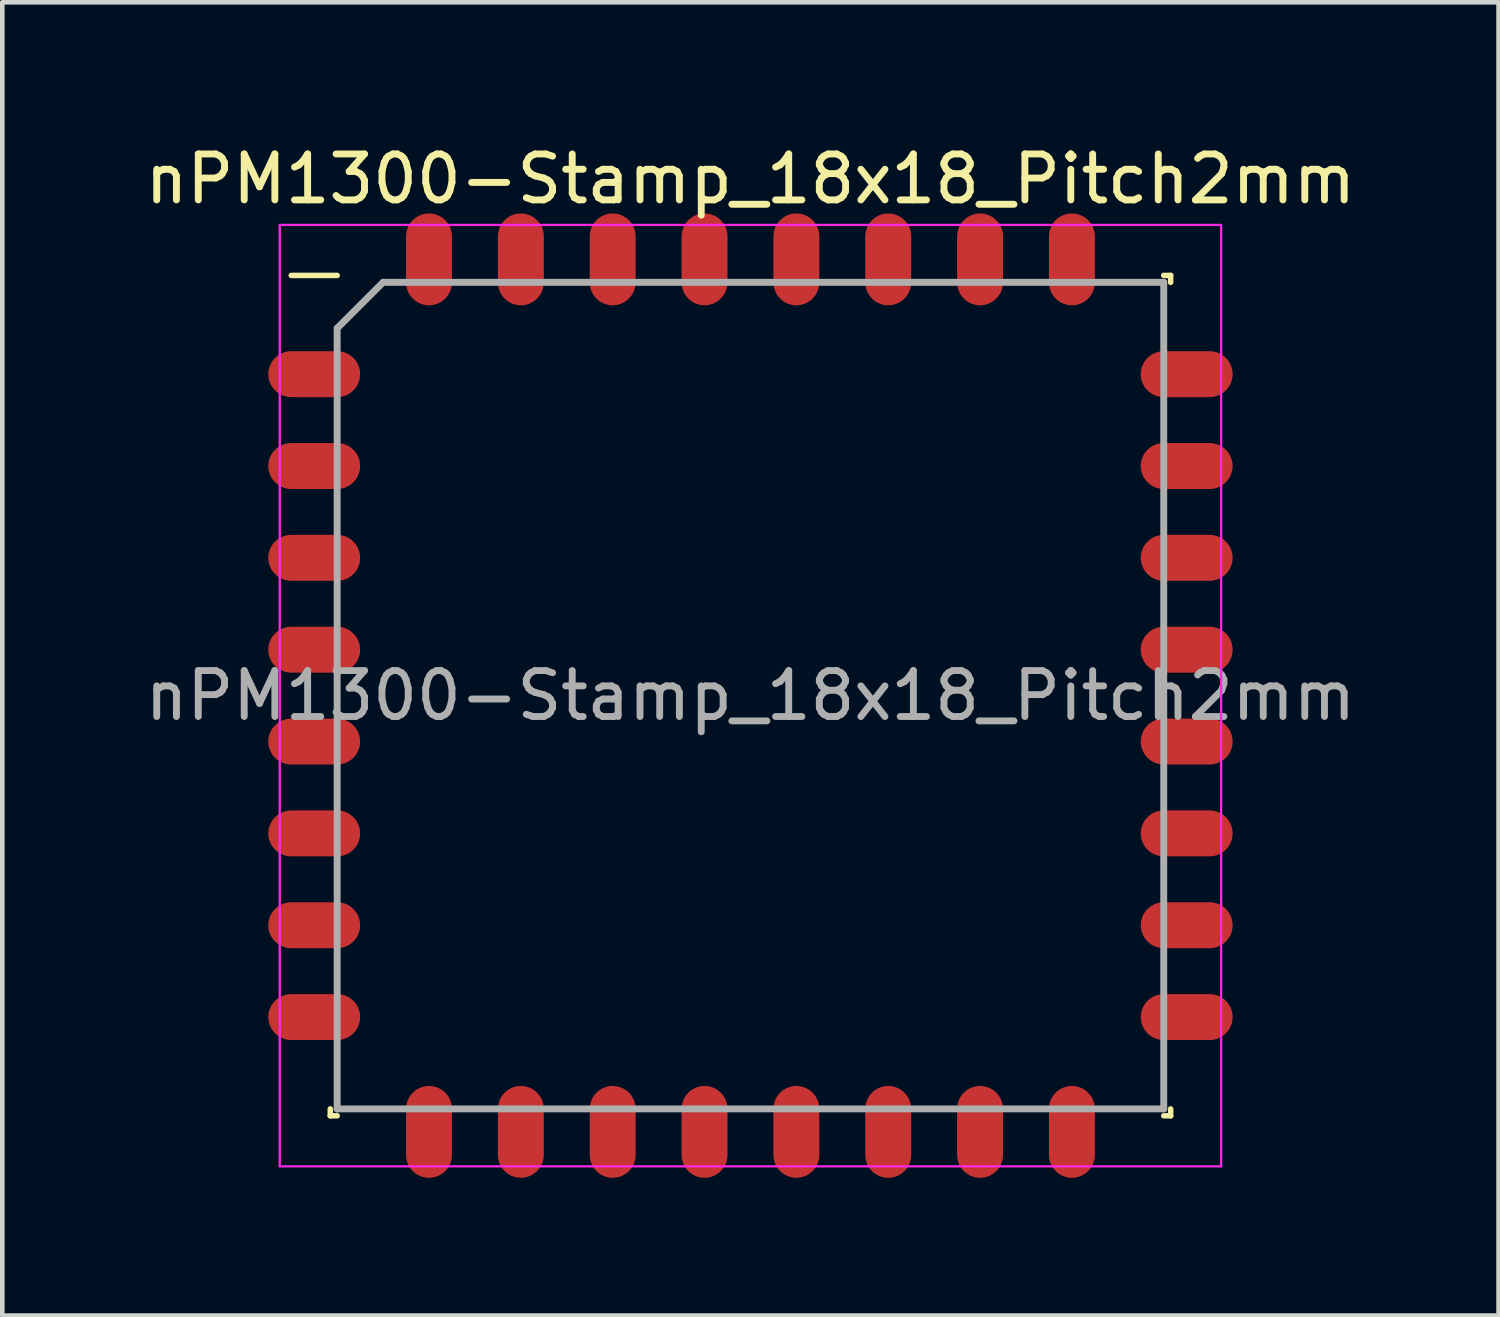
<source format=kicad_pcb>
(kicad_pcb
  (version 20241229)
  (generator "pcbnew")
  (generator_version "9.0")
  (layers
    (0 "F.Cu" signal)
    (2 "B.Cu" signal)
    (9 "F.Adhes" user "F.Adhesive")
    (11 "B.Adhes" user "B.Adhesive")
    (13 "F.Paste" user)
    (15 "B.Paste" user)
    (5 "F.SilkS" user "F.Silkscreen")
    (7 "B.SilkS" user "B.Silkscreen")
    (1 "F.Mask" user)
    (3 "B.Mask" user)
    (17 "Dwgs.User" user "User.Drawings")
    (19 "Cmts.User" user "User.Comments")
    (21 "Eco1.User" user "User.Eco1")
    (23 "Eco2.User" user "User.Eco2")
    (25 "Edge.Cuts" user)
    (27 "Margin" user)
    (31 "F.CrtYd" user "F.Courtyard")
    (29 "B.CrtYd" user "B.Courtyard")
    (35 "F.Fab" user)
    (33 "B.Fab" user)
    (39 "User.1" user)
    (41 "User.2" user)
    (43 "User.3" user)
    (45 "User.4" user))
  (footprint "nPM1300-Stamp_18x18_Pitch2mm"
    (layer "F.Cu")
    (at 13.292 12.098)
    (property "Reference" "nPM1300-Stamp_18x18_Pitch2mm" (at 0 -11.25 0) (layer "F.SilkS") (effects (font (size 1 1) (thickness 0.15))))
    (attr smd)
    (fp_line (start -9.15 9.15) (end -9.15 9) (stroke (width 0.12) (type default)) (layer "F.SilkS"))
    (fp_line (start -9 -9.15) (end -10 -9.15) (stroke (width 0.12) (type default)) (layer "F.SilkS"))
    (fp_line (start -9 9.15) (end -9.15 9.15) (stroke (width 0.12) (type default)) (layer "F.SilkS"))
    (fp_line (start 9 -9.15) (end 9.15 -9.15) (stroke (width 0.12) (type default)) (layer "F.SilkS"))
    (fp_line (start 9 9.15) (end 9.15 9.15) (stroke (width 0.12) (type default)) (layer "F.SilkS"))
    (fp_line (start 9.15 -9.15) (end 9.15 -9) (stroke (width 0.12) (type default)) (layer "F.SilkS"))
    (fp_line (start 9.15 9.15) (end 9.15 9) (stroke (width 0.12) (type default)) (layer "F.SilkS"))
    (fp_line (start -10.25 -10.25) (end 10.25 -10.25) (stroke (width 0.05) (type default)) (layer "F.CrtYd"))
    (fp_line (start -10.25 10.25) (end -10.25 -10.25) (stroke (width 0.05) (type default)) (layer "F.CrtYd"))
    (fp_line (start 10.25 -10.25) (end 10.25 10.25) (stroke (width 0.05) (type default)) (layer "F.CrtYd"))
    (fp_line (start 10.25 10.25) (end -10.25 10.25) (stroke (width 0.05) (type default)) (layer "F.CrtYd"))
    (fp_line (start -9 -8) (end -9 9) (stroke (width 0.15) (type default)) (layer "F.Fab"))
    (fp_line (start -9 9) (end 9 9) (stroke (width 0.15) (type default)) (layer "F.Fab"))
    (fp_line (start -8 -9) (end -9 -8) (stroke (width 0.15) (type default)) (layer "F.Fab"))
    (fp_line (start 9 -9) (end -8 -9) (stroke (width 0.15) (type default)) (layer "F.Fab"))
    (fp_line (start 9 9) (end 9 -9) (stroke (width 0.15) (type default)) (layer "F.Fab"))
    (fp_text user "${REFERENCE}" (at 0 0 0) (layer "F.Fab") (effects (font (size 1 1) (thickness 0.15))))
    (pad "1" smd oval (at -9.5 -7 90) (size 1 2) (layers "F.Cu" "F.Mask" "F.Paste"))
    (pad "2" smd oval (at -9.5 -5 90) (size 1 2) (layers "F.Cu" "F.Mask" "F.Paste"))
    (pad "3" smd oval (at -9.5 -3 90) (size 1 2) (layers "F.Cu" "F.Mask" "F.Paste"))
    (pad "4" smd oval (at -9.5 -1 90) (size 1 2) (layers "F.Cu" "F.Mask" "F.Paste"))
    (pad "5" smd oval (at -9.5 1 90) (size 1 2) (layers "F.Cu" "F.Mask" "F.Paste"))
    (pad "6" smd oval (at -9.5 3 90) (size 1 2) (layers "F.Cu" "F.Mask" "F.Paste"))
    (pad "7" smd oval (at -9.5 5 90) (size 1 2) (layers "F.Cu" "F.Mask" "F.Paste"))
    (pad "8" smd oval (at -9.5 7 90) (size 1 2) (layers "F.Cu" "F.Mask" "F.Paste"))
    (pad "9" smd oval (at -7 9.5) (size 1 2) (layers "F.Cu" "F.Mask" "F.Paste"))
    (pad "10" smd oval (at -5 9.5) (size 1 2) (layers "F.Cu" "F.Mask" "F.Paste"))
    (pad "11" smd oval (at -3 9.5) (size 1 2) (layers "F.Cu" "F.Mask" "F.Paste"))
    (pad "12" smd oval (at -1 9.5) (size 1 2) (layers "F.Cu" "F.Mask" "F.Paste"))
    (pad "13" smd oval (at 1 9.5) (size 1 2) (layers "F.Cu" "F.Mask" "F.Paste"))
    (pad "14" smd oval (at 3 9.5) (size 1 2) (layers "F.Cu" "F.Mask" "F.Paste"))
    (pad "15" smd oval (at 5 9.5) (size 1 2) (layers "F.Cu" "F.Mask" "F.Paste"))
    (pad "16" smd oval (at 7 9.5) (size 1 2) (layers "F.Cu" "F.Mask" "F.Paste"))
    (pad "17" smd oval (at 9.5 7 90) (size 1 2) (layers "F.Cu" "F.Mask" "F.Paste"))
    (pad "18" smd oval (at 9.5 5 90) (size 1 2) (layers "F.Cu" "F.Mask" "F.Paste"))
    (pad "19" smd oval (at 9.5 3 90) (size 1 2) (layers "F.Cu" "F.Mask" "F.Paste"))
    (pad "20" smd oval (at 9.5 1 90) (size 1 2) (layers "F.Cu" "F.Mask" "F.Paste"))
    (pad "21" smd oval (at 9.5 -1 90) (size 1 2) (layers "F.Cu" "F.Mask" "F.Paste"))
    (pad "22" smd oval (at 9.5 -3 90) (size 1 2) (layers "F.Cu" "F.Mask" "F.Paste"))
    (pad "23" smd oval (at 9.5 -5 90) (size 1 2) (layers "F.Cu" "F.Mask" "F.Paste"))
    (pad "24" smd oval (at 9.5 -7 90) (size 1 2) (layers "F.Cu" "F.Mask" "F.Paste"))
    (pad "25" smd oval (at 7 -9.5) (size 1 2) (layers "F.Cu" "F.Mask" "F.Paste"))
    (pad "26" smd oval (at 5 -9.5) (size 1 2) (layers "F.Cu" "F.Mask" "F.Paste"))
    (pad "27" smd oval (at 3 -9.5) (size 1 2) (layers "F.Cu" "F.Mask" "F.Paste"))
    (pad "28" smd oval (at 1 -9.5) (size 1 2) (layers "F.Cu" "F.Mask" "F.Paste"))
    (pad "29" smd oval (at -1 -9.5) (size 1 2) (layers "F.Cu" "F.Mask" "F.Paste"))
    (pad "30" smd oval (at -3 -9.5) (size 1 2) (layers "F.Cu" "F.Mask" "F.Paste"))
    (pad "31" smd oval (at -5 -9.5) (size 1 2) (layers "F.Cu" "F.Mask" "F.Paste"))
    (pad "32" smd oval (at -7 -9.5) (size 1 2) (layers "F.Cu" "F.Mask" "F.Paste")))
  (gr_rect
    (start -3 -3)
    (end 29.583 25.598)
    (stroke (width 0.1) (type default))
    (fill no)
    (layer "Edge.Cuts")))
</source>
